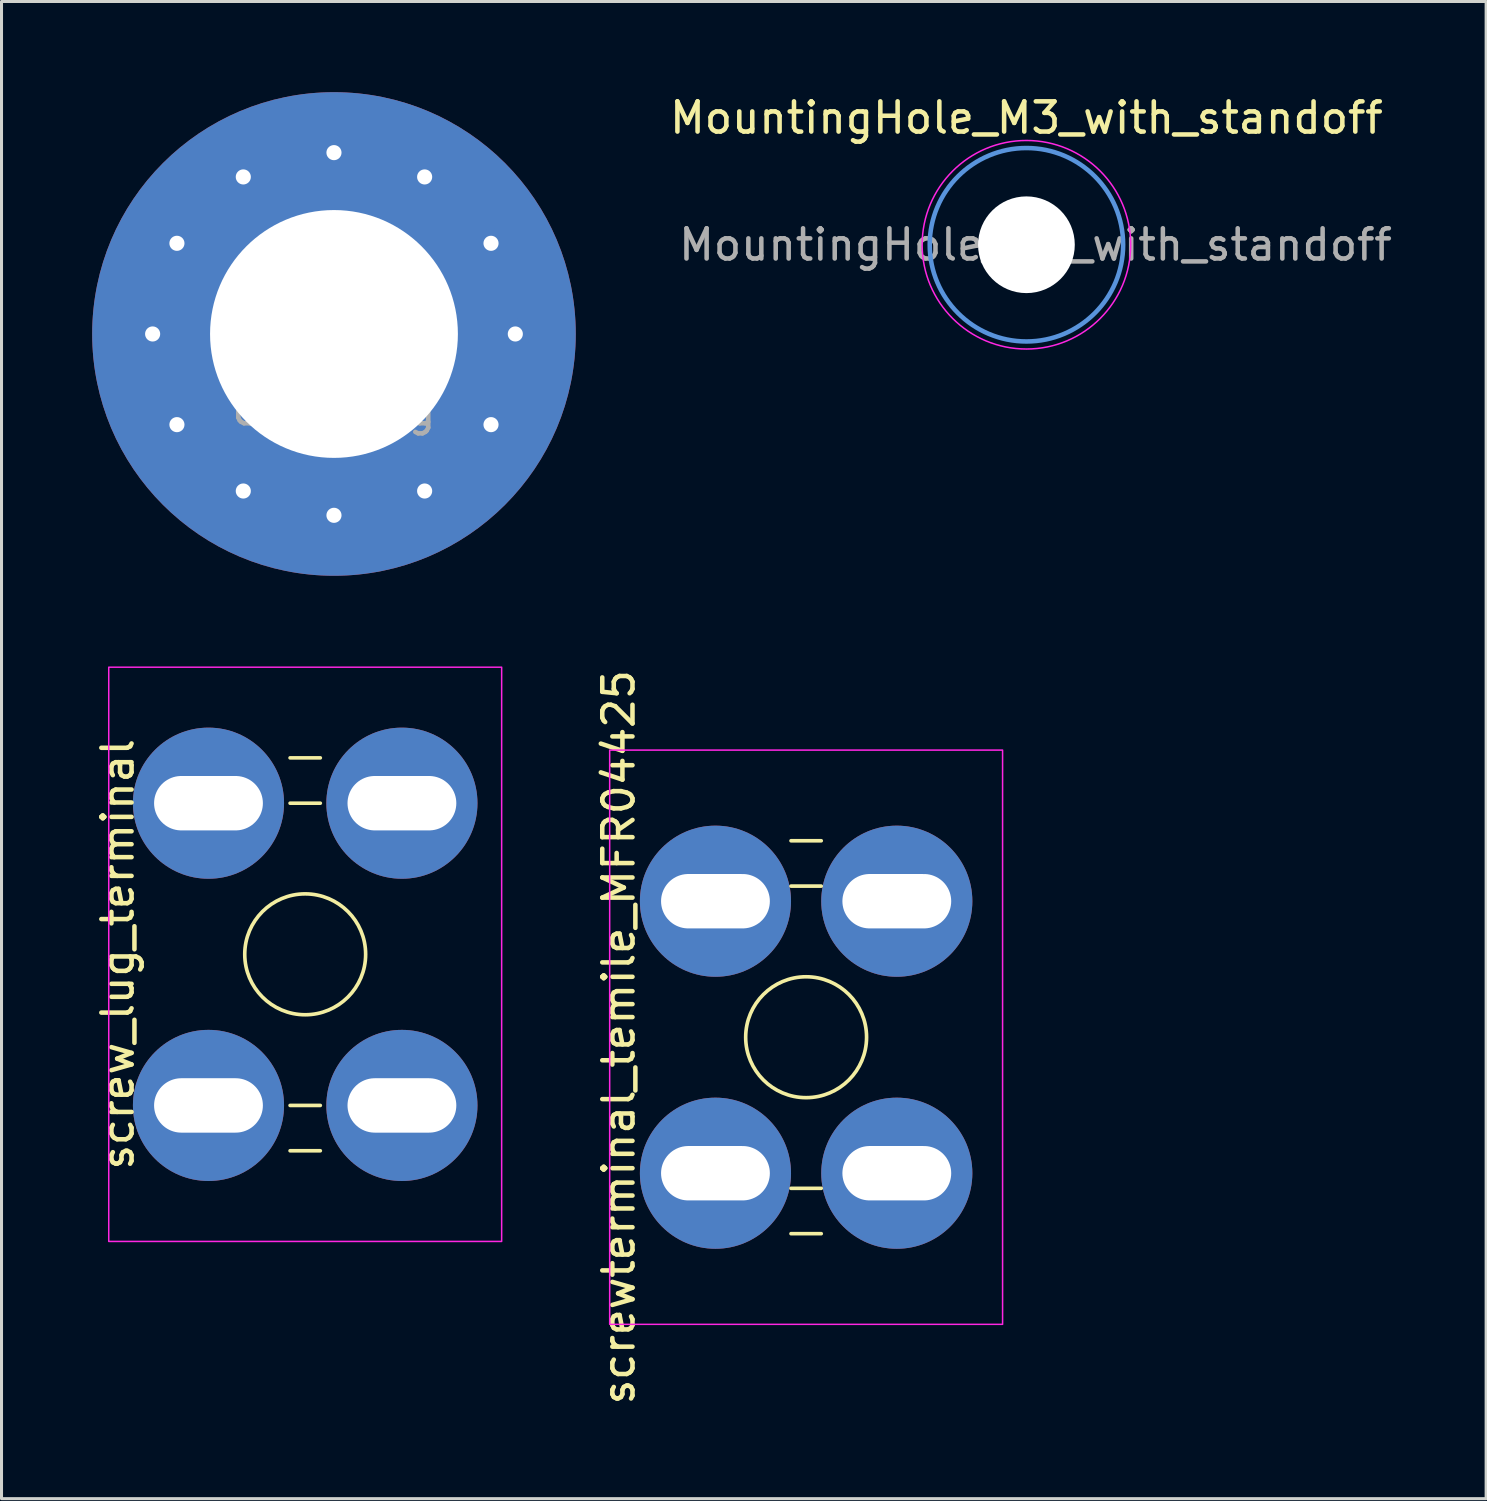
<source format=kicad_pcb>
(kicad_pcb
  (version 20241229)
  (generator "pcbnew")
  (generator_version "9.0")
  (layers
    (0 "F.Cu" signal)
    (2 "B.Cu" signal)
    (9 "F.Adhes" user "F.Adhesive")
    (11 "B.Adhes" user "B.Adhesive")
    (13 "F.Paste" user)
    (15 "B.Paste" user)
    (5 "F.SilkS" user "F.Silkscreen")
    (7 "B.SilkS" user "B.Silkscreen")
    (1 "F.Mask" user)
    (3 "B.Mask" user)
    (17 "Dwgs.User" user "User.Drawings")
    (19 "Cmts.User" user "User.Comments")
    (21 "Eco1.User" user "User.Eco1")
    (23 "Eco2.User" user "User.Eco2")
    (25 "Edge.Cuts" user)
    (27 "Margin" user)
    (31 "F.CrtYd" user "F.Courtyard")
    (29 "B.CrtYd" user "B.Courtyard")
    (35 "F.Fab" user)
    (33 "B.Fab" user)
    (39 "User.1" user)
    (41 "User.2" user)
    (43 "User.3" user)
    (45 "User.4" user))
  (footprint "MountingHole_M3_with_standoff"
    (layer "F.Cu")
    (at 30.911 5.048)
    (property "Reference" "MountingHole_M3_with_standoff" (at 0 -4.2 0) (layer "F.SilkS") (effects (font (size 1 1) (thickness 0.15))))
    (attr exclude_from_pos_files)
    (fp_circle (center 0 0) (end 3.2 0) (stroke (width 0.15) (type solid)) (fill no) (layer "Cmts.User"))
    (fp_circle (center 0 0) (end 3.45 0) (stroke (width 0.05) (type solid)) (fill no) (layer "F.CrtYd"))
    (fp_text user "${REFERENCE}" (at 0.3 0 0) (layer "F.Fab") (effects (font (size 1 1) (thickness 0.15))))
    (pad "" np_thru_hole circle (at 0 0) (size 3.2 3.2) (drill 3.2) (layers "*.Cu" "*.Mask")))
  (footprint "screwterminal_temile_MFR04425"
    (layer "F.Cu")
    (at 23.622 31.268)
    (property "Reference" "screwterminal_temile_MFR04425" (at -6.2 0 90) (layer "F.SilkS") (effects (font (size 1 1) (thickness 0.15))))
    (attr through_hole)
    (fp_line (start -0.5 -6.5) (end 0.5 -6.5) (stroke (width 0.12) (type solid)) (layer "F.SilkS"))
    (fp_line (start -0.5 5) (end 0.5 5) (stroke (width 0.12) (type solid)) (layer "F.SilkS"))
    (fp_line (start 0.5 -5) (end -0.5 -5) (stroke (width 0.12) (type solid)) (layer "F.SilkS"))
    (fp_line (start 0.5 6.5) (end -0.5 6.5) (stroke (width 0.12) (type solid)) (layer "F.SilkS"))
    (fp_circle (center 0 0) (end 2 0) (stroke (width 0.12) (type solid)) (fill no) (layer "F.SilkS"))
    (fp_rect (start -6.5 -9.5) (end 6.5 9.5) (stroke (width 0.05) (type solid)) (fill no) (layer "F.CrtYd"))
    (pad "1" thru_hole circle (at -3 -4.5) (size 5 5) (drill oval 3.6 1.8) (layers "*.Cu" "*.Mask"))
    (pad "1" thru_hole circle (at -3 4.5) (size 5 5) (drill oval 3.6 1.8) (layers "*.Cu" "*.Mask"))
    (pad "1" thru_hole circle (at 3 -4.5) (size 5 5) (drill oval 3.6 1.8) (layers "*.Cu" "*.Mask"))
    (pad "1" thru_hole circle (at 3 4.5) (size 5 5) (drill oval 3.6 1.8) (layers "*.Cu" "*.Mask")))
  (footprint "screw_lug_terminal"
    (layer "F.Cu")
    (at 7.048 28.525)
    (property "Reference" "screw_lug_terminal" (at -6.2 0 90) (layer "F.SilkS") (effects (font (size 1 1) (thickness 0.15))))
    (attr through_hole)
    (fp_line (start -0.5 -6.5) (end 0.5 -6.5) (stroke (width 0.12) (type solid)) (layer "F.SilkS"))
    (fp_line (start -0.5 5) (end 0.5 5) (stroke (width 0.12) (type solid)) (layer "F.SilkS"))
    (fp_line (start 0.5 -5) (end -0.5 -5) (stroke (width 0.12) (type solid)) (layer "F.SilkS"))
    (fp_line (start 0.5 6.5) (end -0.5 6.5) (stroke (width 0.12) (type solid)) (layer "F.SilkS"))
    (fp_circle (center 0 0) (end 2 0) (stroke (width 0.12) (type solid)) (fill no) (layer "F.SilkS"))
    (fp_rect (start -6.5 -9.5) (end 6.5 9.5) (stroke (width 0.05) (type solid)) (fill no) (layer "F.CrtYd"))
    (pad "1" thru_hole circle (at -3.2 -5) (size 5 5) (drill oval 3.6 1.8) (layers "*.Cu" "*.Mask"))
    (pad "1" thru_hole circle (at -3.2 5) (size 5 5) (drill oval 3.6 1.8) (layers "*.Cu" "*.Mask"))
    (pad "1" thru_hole circle (at 3.2 -5) (size 5 5) (drill oval 3.6 1.8) (layers "*.Cu" "*.Mask"))
    (pad "1" thru_hole circle (at 3.2 5) (size 5 5) (drill oval 3.6 1.8) (layers "*.Cu" "*.Mask")))
  (footprint "8mm_lug"
    (layer "F.Cu")
    (at 8 8)
    (property "Reference" "8mm_lug" (at 0 -0.5 0) (unlocked yes) (layer "F.SilkS") (effects (font (size 1 1) (thickness 0.15))))
    (attr through_hole)
    (fp_text user "${REFERENCE}" (at 0 2.5 0) (unlocked yes) (layer "F.Fab") (effects (font (size 1 1) (thickness 0.15))))
    (pad "1" thru_hole circle (at -6 0) (size 1 1) (drill 0.5) (layers "*.Cu" "*.Mask"))
    (pad "1" thru_hole circle (at -5.196 -3) (size 1 1) (drill 0.5) (layers "*.Cu" "*.Mask"))
    (pad "1" thru_hole circle (at -5.196 3) (size 1 1) (drill 0.5) (layers "*.Cu" "*.Mask"))
    (pad "1" thru_hole circle (at -3 -5.196) (size 1 1) (drill 0.5) (layers "*.Cu" "*.Mask"))
    (pad "1" thru_hole circle (at -3 5.196) (size 1 1) (drill 0.5) (layers "*.Cu" "*.Mask"))
    (pad "1" thru_hole circle (at 0 -6) (size 1 1) (drill 0.5) (layers "*.Cu" "*.Mask"))
    (pad "1" thru_hole circle (at 0 0) (size 16 16) (drill 8.2) (layers "*.Cu" "*.Mask"))
    (pad "1" thru_hole circle (at 0 6) (size 1 1) (drill 0.5) (layers "*.Cu" "*.Mask"))
    (pad "1" thru_hole circle (at 3 -5.196) (size 1 1) (drill 0.5) (layers "*.Cu" "*.Mask"))
    (pad "1" thru_hole circle (at 3 5.196) (size 1 1) (drill 0.5) (layers "*.Cu" "*.Mask"))
    (pad "1" thru_hole circle (at 5.196 -3) (size 1 1) (drill 0.5) (layers "*.Cu" "*.Mask"))
    (pad "1" thru_hole circle (at 5.196 3) (size 1 1) (drill 0.5) (layers "*.Cu" "*.Mask"))
    (pad "1" thru_hole circle (at 6 0) (size 1 1) (drill 0.5) (layers "*.Cu" "*.Mask")))
  (gr_rect
    (start -3 -3)
    (end 46.121 46.536)
    (stroke (width 0.1) (type default))
    (fill no)
    (layer "Edge.Cuts")))
</source>
